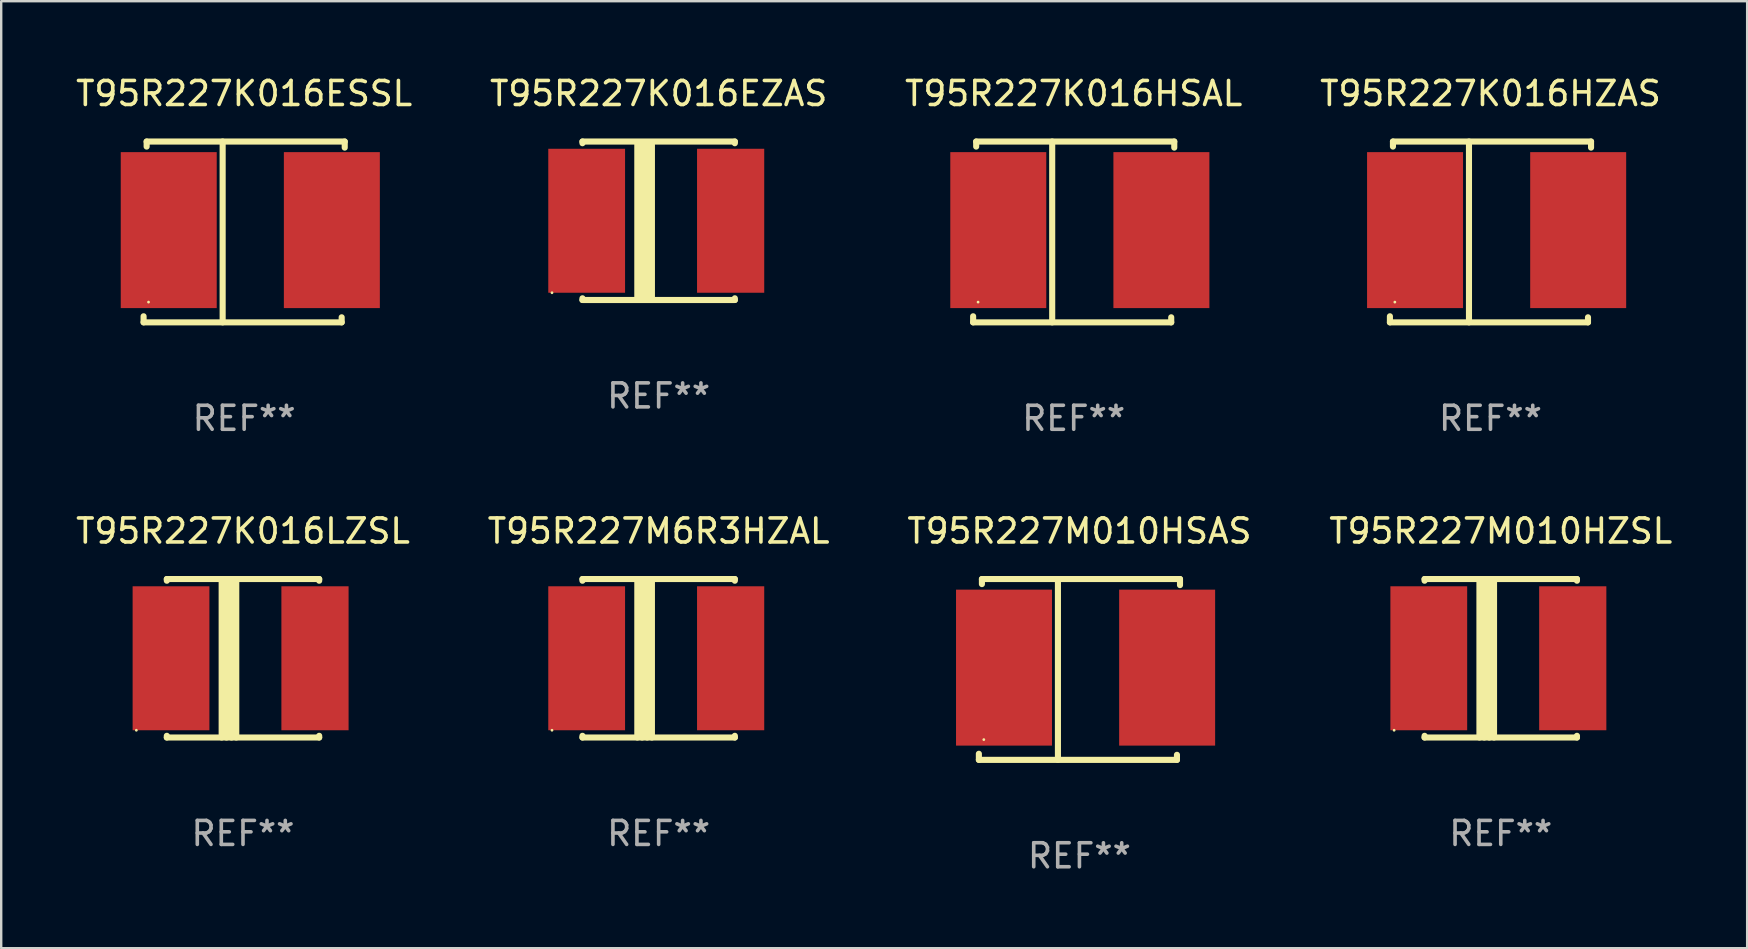
<source format=kicad_pcb>
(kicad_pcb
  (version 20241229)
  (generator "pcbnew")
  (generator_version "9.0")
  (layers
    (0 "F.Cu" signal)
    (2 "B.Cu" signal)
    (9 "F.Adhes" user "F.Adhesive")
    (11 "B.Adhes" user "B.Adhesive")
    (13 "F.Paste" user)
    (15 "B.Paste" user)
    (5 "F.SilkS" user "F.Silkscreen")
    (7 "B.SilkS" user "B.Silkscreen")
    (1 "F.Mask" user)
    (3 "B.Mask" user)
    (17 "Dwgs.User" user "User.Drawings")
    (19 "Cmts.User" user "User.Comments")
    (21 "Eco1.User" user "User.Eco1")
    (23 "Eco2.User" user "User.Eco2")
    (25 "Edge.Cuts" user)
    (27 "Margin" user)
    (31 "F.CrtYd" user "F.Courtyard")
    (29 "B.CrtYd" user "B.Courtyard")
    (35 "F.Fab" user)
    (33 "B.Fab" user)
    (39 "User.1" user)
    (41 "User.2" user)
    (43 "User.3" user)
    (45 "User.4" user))
  (footprint "T95R227M010HZSL"
    (layer "F.Cu")
    (at 59.494 24.383)
    (property "Reference" "T95R227M010HZSL" (at 0 -5.302 0) (layer "F.SilkS") (effects (font (size 1 1) (thickness 0.15))))
    (attr through_hole)
    (fp_line (start -3.175 -3.231) (end -3.175 -3.302) (stroke (width 0.254) (type solid)) (layer "F.SilkS"))
    (fp_line (start -3.175 3.302) (end -3.175 3.231) (stroke (width 0.254) (type solid)) (layer "F.SilkS"))
    (fp_line (start -3.175 3.302) (end 3.175 3.302) (stroke (width 0.254) (type solid)) (layer "F.SilkS"))
    (fp_line (start -0.889 -3.175) (end -0.889 3.302) (stroke (width 0.254) (type solid)) (layer "F.SilkS"))
    (fp_line (start -0.688 -3.175) (end -0.688 3.302) (stroke (width 0.254) (type solid)) (layer "F.SilkS"))
    (fp_line (start -0.478 -3.175) (end -0.478 3.302) (stroke (width 0.254) (type solid)) (layer "F.SilkS"))
    (fp_line (start -0.281 -3.175) (end -0.281 3.302) (stroke (width 0.254) (type solid)) (layer "F.SilkS"))
    (fp_line (start 3.175 -3.302) (end -3.175 -3.302) (stroke (width 0.254) (type solid)) (layer "F.SilkS"))
    (fp_line (start 3.175 -3.302) (end 3.175 -3.231) (stroke (width 0.254) (type solid)) (layer "F.SilkS"))
    (fp_line (start 3.175 3.231) (end 3.175 3.302) (stroke (width 0.254) (type solid)) (layer "F.SilkS"))
    (fp_circle (center -4.445 3) (end -4.415 3) (stroke (width 0.06) (type solid)) (fill no) (layer "F.SilkS"))
    (fp_text user "REF**" (at 0 7.302 0) (layer "F.Fab") (effects (font (size 1 1) (thickness 0.15))))
    (pad "1" smd rect (at -3 0) (size 3.2 6) (layers "F.Cu" "F.Mask" "F.Paste"))
    (pad "2" smd rect (at 3 0) (size 2.8 6) (layers "F.Cu" "F.Mask" "F.Paste")))
  (footprint "T95R227K016HSAL"
    (layer "F.Cu")
    (at 41.696 6.616)
    (property "Reference" "T95R227K016HSAL" (at 0 -5.768 0) (layer "F.SilkS") (effects (font (size 1 1) (thickness 0.15))))
    (attr through_hole)
    (fp_line (start -4.191 3.768) (end -4.191 3.514) (stroke (width 0.254) (type solid)) (layer "F.SilkS"))
    (fp_line (start -4.064 -3.768) (end 4.191 -3.768) (stroke (width 0.254) (type solid)) (layer "F.SilkS"))
    (fp_line (start -4.064 -3.557) (end -4.064 -3.768) (stroke (width 0.254) (type solid)) (layer "F.SilkS"))
    (fp_line (start -0.896 -3.768) (end -0.896 3.768) (stroke (width 0.254) (type solid)) (layer "F.SilkS"))
    (fp_line (start 4.064 3.557) (end 4.064 3.768) (stroke (width 0.254) (type solid)) (layer "F.SilkS"))
    (fp_line (start 4.064 3.768) (end -4.191 3.768) (stroke (width 0.254) (type solid)) (layer "F.SilkS"))
    (fp_line (start 4.191 -3.768) (end 4.191 -3.514) (stroke (width 0.254) (type solid)) (layer "F.SilkS"))
    (fp_circle (center -3.985 2.924) (end -3.955 2.924) (stroke (width 0.06) (type solid)) (fill no) (layer "F.SilkS"))
    (fp_text user "REF**" (at 0 7.768 0) (layer "F.Fab") (effects (font (size 1 1) (thickness 0.15))))
    (pad "1" smd rect (at -3.143 -0.076 270) (size 6.5 4) (layers "F.Cu" "F.Mask" "F.Paste"))
    (pad "2" smd rect (at 3.655 -0.076 270) (size 6.5 4) (layers "F.Cu" "F.Mask" "F.Paste")))
  (footprint "T95R227M6R3HZAL"
    (layer "F.Cu")
    (at 24.399 24.383)
    (property "Reference" "T95R227M6R3HZAL" (at 0 -5.302 0) (layer "F.SilkS") (effects (font (size 1 1) (thickness 0.15))))
    (attr through_hole)
    (fp_line (start -3.175 -3.231) (end -3.175 -3.302) (stroke (width 0.254) (type solid)) (layer "F.SilkS"))
    (fp_line (start -3.175 3.302) (end -3.175 3.231) (stroke (width 0.254) (type solid)) (layer "F.SilkS"))
    (fp_line (start -3.175 3.302) (end 3.175 3.302) (stroke (width 0.254) (type solid)) (layer "F.SilkS"))
    (fp_line (start -0.889 -3.175) (end -0.889 3.302) (stroke (width 0.254) (type solid)) (layer "F.SilkS"))
    (fp_line (start -0.688 -3.175) (end -0.688 3.302) (stroke (width 0.254) (type solid)) (layer "F.SilkS"))
    (fp_line (start -0.478 -3.175) (end -0.478 3.302) (stroke (width 0.254) (type solid)) (layer "F.SilkS"))
    (fp_line (start -0.281 -3.175) (end -0.281 3.302) (stroke (width 0.254) (type solid)) (layer "F.SilkS"))
    (fp_line (start 3.175 -3.302) (end -3.175 -3.302) (stroke (width 0.254) (type solid)) (layer "F.SilkS"))
    (fp_line (start 3.175 -3.302) (end 3.175 -3.231) (stroke (width 0.254) (type solid)) (layer "F.SilkS"))
    (fp_line (start 3.175 3.231) (end 3.175 3.302) (stroke (width 0.254) (type solid)) (layer "F.SilkS"))
    (fp_circle (center -4.445 3) (end -4.415 3) (stroke (width 0.06) (type solid)) (fill no) (layer "F.SilkS"))
    (fp_text user "REF**" (at 0 7.302 0) (layer "F.Fab") (effects (font (size 1 1) (thickness 0.15))))
    (pad "1" smd rect (at -3 0) (size 3.2 6) (layers "F.Cu" "F.Mask" "F.Paste"))
    (pad "2" smd rect (at 3 0) (size 2.8 6) (layers "F.Cu" "F.Mask" "F.Paste")))
  (footprint "T95R227M010HSAS"
    (layer "F.Cu")
    (at 41.935 24.849)
    (property "Reference" "T95R227M010HSAS" (at 0 -5.768 0) (layer "F.SilkS") (effects (font (size 1 1) (thickness 0.15))))
    (attr through_hole)
    (fp_line (start -4.191 3.768) (end -4.191 3.514) (stroke (width 0.254) (type solid)) (layer "F.SilkS"))
    (fp_line (start -4.064 -3.768) (end 4.191 -3.768) (stroke (width 0.254) (type solid)) (layer "F.SilkS"))
    (fp_line (start -4.064 -3.557) (end -4.064 -3.768) (stroke (width 0.254) (type solid)) (layer "F.SilkS"))
    (fp_line (start -0.896 -3.768) (end -0.896 3.768) (stroke (width 0.254) (type solid)) (layer "F.SilkS"))
    (fp_line (start 4.064 3.557) (end 4.064 3.768) (stroke (width 0.254) (type solid)) (layer "F.SilkS"))
    (fp_line (start 4.064 3.768) (end -4.191 3.768) (stroke (width 0.254) (type solid)) (layer "F.SilkS"))
    (fp_line (start 4.191 -3.768) (end 4.191 -3.514) (stroke (width 0.254) (type solid)) (layer "F.SilkS"))
    (fp_circle (center -3.985 2.924) (end -3.955 2.924) (stroke (width 0.06) (type solid)) (fill no) (layer "F.SilkS"))
    (fp_text user "REF**" (at 0 7.768 0) (layer "F.Fab") (effects (font (size 1 1) (thickness 0.15))))
    (pad "1" smd rect (at -3.143 -0.076 270) (size 6.5 4) (layers "F.Cu" "F.Mask" "F.Paste"))
    (pad "2" smd rect (at 3.655 -0.076 270) (size 6.5 4) (layers "F.Cu" "F.Mask" "F.Paste")))
  (footprint "T95R227K016HZAS"
    (layer "F.Cu")
    (at 59.065 6.616)
    (property "Reference" "T95R227K016HZAS" (at 0 -5.768 0) (layer "F.SilkS") (effects (font (size 1 1) (thickness 0.15))))
    (attr through_hole)
    (fp_line (start -4.191 3.768) (end -4.191 3.514) (stroke (width 0.254) (type solid)) (layer "F.SilkS"))
    (fp_line (start -4.064 -3.768) (end 4.191 -3.768) (stroke (width 0.254) (type solid)) (layer "F.SilkS"))
    (fp_line (start -4.064 -3.557) (end -4.064 -3.768) (stroke (width 0.254) (type solid)) (layer "F.SilkS"))
    (fp_line (start -0.896 -3.768) (end -0.896 3.768) (stroke (width 0.254) (type solid)) (layer "F.SilkS"))
    (fp_line (start 4.064 3.557) (end 4.064 3.768) (stroke (width 0.254) (type solid)) (layer "F.SilkS"))
    (fp_line (start 4.064 3.768) (end -4.191 3.768) (stroke (width 0.254) (type solid)) (layer "F.SilkS"))
    (fp_line (start 4.191 -3.768) (end 4.191 -3.514) (stroke (width 0.254) (type solid)) (layer "F.SilkS"))
    (fp_circle (center -3.985 2.924) (end -3.955 2.924) (stroke (width 0.06) (type solid)) (fill no) (layer "F.SilkS"))
    (fp_text user "REF**" (at 0 7.768 0) (layer "F.Fab") (effects (font (size 1 1) (thickness 0.15))))
    (pad "1" smd rect (at -3.143 -0.076 270) (size 6.5 4) (layers "F.Cu" "F.Mask" "F.Paste"))
    (pad "2" smd rect (at 3.655 -0.076 270) (size 6.5 4) (layers "F.Cu" "F.Mask" "F.Paste")))
  (footprint "T95R227K016LZSL"
    (layer "F.Cu")
    (at 7.077 24.383)
    (property "Reference" "T95R227K016LZSL" (at 0 -5.302 0) (layer "F.SilkS") (effects (font (size 1 1) (thickness 0.15))))
    (attr through_hole)
    (fp_line (start -3.175 -3.231) (end -3.175 -3.302) (stroke (width 0.254) (type solid)) (layer "F.SilkS"))
    (fp_line (start -3.175 3.302) (end -3.175 3.231) (stroke (width 0.254) (type solid)) (layer "F.SilkS"))
    (fp_line (start -3.175 3.302) (end 3.175 3.302) (stroke (width 0.254) (type solid)) (layer "F.SilkS"))
    (fp_line (start -0.889 -3.175) (end -0.889 3.302) (stroke (width 0.254) (type solid)) (layer "F.SilkS"))
    (fp_line (start -0.688 -3.175) (end -0.688 3.302) (stroke (width 0.254) (type solid)) (layer "F.SilkS"))
    (fp_line (start -0.478 -3.175) (end -0.478 3.302) (stroke (width 0.254) (type solid)) (layer "F.SilkS"))
    (fp_line (start -0.281 -3.175) (end -0.281 3.302) (stroke (width 0.254) (type solid)) (layer "F.SilkS"))
    (fp_line (start 3.175 -3.302) (end -3.175 -3.302) (stroke (width 0.254) (type solid)) (layer "F.SilkS"))
    (fp_line (start 3.175 -3.302) (end 3.175 -3.231) (stroke (width 0.254) (type solid)) (layer "F.SilkS"))
    (fp_line (start 3.175 3.231) (end 3.175 3.302) (stroke (width 0.254) (type solid)) (layer "F.SilkS"))
    (fp_circle (center -4.445 3) (end -4.415 3) (stroke (width 0.06) (type solid)) (fill no) (layer "F.SilkS"))
    (fp_text user "REF**" (at 0 7.302 0) (layer "F.Fab") (effects (font (size 1 1) (thickness 0.15))))
    (pad "1" smd rect (at -3 0) (size 3.2 6) (layers "F.Cu" "F.Mask" "F.Paste"))
    (pad "2" smd rect (at 3 0) (size 2.8 6) (layers "F.Cu" "F.Mask" "F.Paste")))
  (footprint "T95R227K016ESSL"
    (layer "F.Cu")
    (at 7.125 6.616)
    (property "Reference" "T95R227K016ESSL" (at 0 -5.768 0) (layer "F.SilkS") (effects (font (size 1 1) (thickness 0.15))))
    (attr through_hole)
    (fp_line (start -4.191 3.768) (end -4.191 3.514) (stroke (width 0.254) (type solid)) (layer "F.SilkS"))
    (fp_line (start -4.064 -3.768) (end 4.191 -3.768) (stroke (width 0.254) (type solid)) (layer "F.SilkS"))
    (fp_line (start -4.064 -3.557) (end -4.064 -3.768) (stroke (width 0.254) (type solid)) (layer "F.SilkS"))
    (fp_line (start -0.896 -3.768) (end -0.896 3.768) (stroke (width 0.254) (type solid)) (layer "F.SilkS"))
    (fp_line (start 4.064 3.557) (end 4.064 3.768) (stroke (width 0.254) (type solid)) (layer "F.SilkS"))
    (fp_line (start 4.064 3.768) (end -4.191 3.768) (stroke (width 0.254) (type solid)) (layer "F.SilkS"))
    (fp_line (start 4.191 -3.768) (end 4.191 -3.514) (stroke (width 0.254) (type solid)) (layer "F.SilkS"))
    (fp_circle (center -3.985 2.924) (end -3.955 2.924) (stroke (width 0.06) (type solid)) (fill no) (layer "F.SilkS"))
    (fp_text user "REF**" (at 0 7.768 0) (layer "F.Fab") (effects (font (size 1 1) (thickness 0.15))))
    (pad "1" smd rect (at -3.143 -0.076 270) (size 6.5 4) (layers "F.Cu" "F.Mask" "F.Paste"))
    (pad "2" smd rect (at 3.655 -0.076 270) (size 6.5 4) (layers "F.Cu" "F.Mask" "F.Paste")))
  (footprint "T95R227K016EZAS"
    (layer "F.Cu")
    (at 24.399 6.15)
    (property "Reference" "T95R227K016EZAS" (at 0 -5.302 0) (layer "F.SilkS") (effects (font (size 1 1) (thickness 0.15))))
    (attr through_hole)
    (fp_line (start -3.175 -3.231) (end -3.175 -3.302) (stroke (width 0.254) (type solid)) (layer "F.SilkS"))
    (fp_line (start -3.175 3.302) (end -3.175 3.231) (stroke (width 0.254) (type solid)) (layer "F.SilkS"))
    (fp_line (start -3.175 3.302) (end 3.175 3.302) (stroke (width 0.254) (type solid)) (layer "F.SilkS"))
    (fp_line (start -0.889 -3.175) (end -0.889 3.302) (stroke (width 0.254) (type solid)) (layer "F.SilkS"))
    (fp_line (start -0.688 -3.175) (end -0.688 3.302) (stroke (width 0.254) (type solid)) (layer "F.SilkS"))
    (fp_line (start -0.478 -3.175) (end -0.478 3.302) (stroke (width 0.254) (type solid)) (layer "F.SilkS"))
    (fp_line (start -0.281 -3.175) (end -0.281 3.302) (stroke (width 0.254) (type solid)) (layer "F.SilkS"))
    (fp_line (start 3.175 -3.302) (end -3.175 -3.302) (stroke (width 0.254) (type solid)) (layer "F.SilkS"))
    (fp_line (start 3.175 -3.302) (end 3.175 -3.231) (stroke (width 0.254) (type solid)) (layer "F.SilkS"))
    (fp_line (start 3.175 3.231) (end 3.175 3.302) (stroke (width 0.254) (type solid)) (layer "F.SilkS"))
    (fp_circle (center -4.445 3) (end -4.415 3) (stroke (width 0.06) (type solid)) (fill no) (layer "F.SilkS"))
    (fp_text user "REF**" (at 0 7.302 0) (layer "F.Fab") (effects (font (size 1 1) (thickness 0.15))))
    (pad "1" smd rect (at -3 0) (size 3.2 6) (layers "F.Cu" "F.Mask" "F.Paste"))
    (pad "2" smd rect (at 3 0) (size 2.8 6) (layers "F.Cu" "F.Mask" "F.Paste")))
  (gr_rect
    (start -3 -3)
    (end 69.762 36.465)
    (stroke (width 0.1) (type default))
    (fill no)
    (layer "Edge.Cuts")))
</source>
